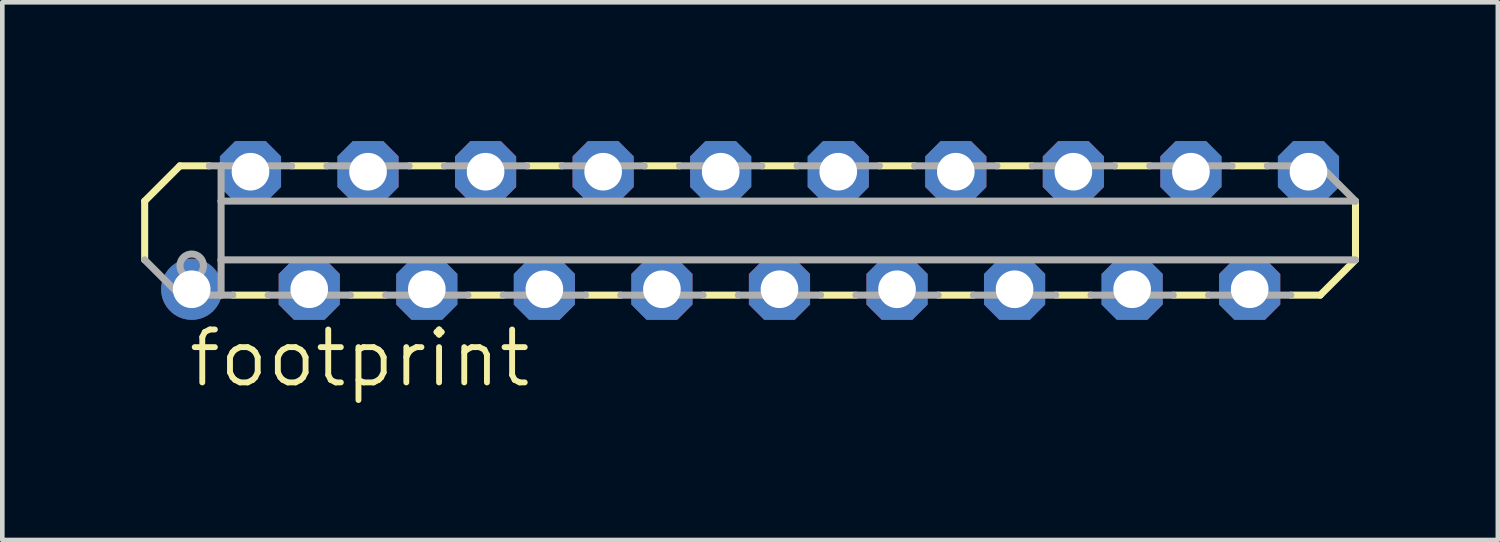
<source format=kicad_pcb>
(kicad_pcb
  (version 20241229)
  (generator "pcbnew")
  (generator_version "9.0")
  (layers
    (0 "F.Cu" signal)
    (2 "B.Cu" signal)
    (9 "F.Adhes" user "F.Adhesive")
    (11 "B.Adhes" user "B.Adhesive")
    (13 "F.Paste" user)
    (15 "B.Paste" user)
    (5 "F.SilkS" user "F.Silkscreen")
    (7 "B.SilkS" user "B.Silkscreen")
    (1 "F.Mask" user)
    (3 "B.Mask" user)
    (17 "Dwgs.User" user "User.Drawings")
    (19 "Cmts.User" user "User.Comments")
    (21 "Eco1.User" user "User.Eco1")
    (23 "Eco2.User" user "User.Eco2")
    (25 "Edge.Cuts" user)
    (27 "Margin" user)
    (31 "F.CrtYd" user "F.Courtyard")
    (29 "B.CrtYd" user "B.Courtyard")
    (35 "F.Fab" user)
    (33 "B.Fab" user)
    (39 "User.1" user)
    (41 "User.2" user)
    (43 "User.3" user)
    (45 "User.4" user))
  (footprint "footprint"
    (layer "F.Cu")
    (at 13.157 1.93)
    (property "Reference" "footprint" (at -12.192 3.429 0) (layer "F.SilkS") (effects (font (size 1.143 1.143) (thickness 0.127)) (justify left bottom)))
    (fp_line (start -13.081 -0.635) (end -13.081 0.635) (stroke (width 0.152) (type solid)) (layer "F.SilkS"))
    (fp_line (start -12.319 -1.397) (end -13.081 -0.635) (stroke (width 0.152) (type solid)) (layer "F.SilkS"))
    (fp_line (start -11.684 -1.397) (end -12.319 -1.397) (stroke (width 0.152) (type solid)) (layer "F.SilkS"))
    (fp_line (start -10.414 1.397) (end -11.176 1.397) (stroke (width 0.152) (type solid)) (layer "F.SilkS"))
    (fp_line (start -9.144 -1.397) (end -9.906 -1.397) (stroke (width 0.152) (type solid)) (layer "F.SilkS"))
    (fp_line (start -7.874 1.397) (end -8.636 1.397) (stroke (width 0.152) (type solid)) (layer "F.SilkS"))
    (fp_line (start -6.604 -1.397) (end -7.366 -1.397) (stroke (width 0.152) (type solid)) (layer "F.SilkS"))
    (fp_line (start -5.334 1.397) (end -6.096 1.397) (stroke (width 0.152) (type solid)) (layer "F.SilkS"))
    (fp_line (start -4.064 -1.397) (end -4.826 -1.397) (stroke (width 0.152) (type solid)) (layer "F.SilkS"))
    (fp_line (start -2.794 1.397) (end -3.556 1.397) (stroke (width 0.152) (type solid)) (layer "F.SilkS"))
    (fp_line (start -1.524 -1.397) (end -2.286 -1.397) (stroke (width 0.152) (type solid)) (layer "F.SilkS"))
    (fp_line (start -0.254 1.397) (end -1.016 1.397) (stroke (width 0.152) (type solid)) (layer "F.SilkS"))
    (fp_line (start 1.016 -1.397) (end 0.254 -1.397) (stroke (width 0.152) (type solid)) (layer "F.SilkS"))
    (fp_line (start 2.286 1.397) (end 1.524 1.397) (stroke (width 0.152) (type solid)) (layer "F.SilkS"))
    (fp_line (start 3.556 -1.397) (end 2.794 -1.397) (stroke (width 0.152) (type solid)) (layer "F.SilkS"))
    (fp_line (start 4.826 1.397) (end 4.064 1.397) (stroke (width 0.152) (type solid)) (layer "F.SilkS"))
    (fp_line (start 6.096 -1.397) (end 5.334 -1.397) (stroke (width 0.152) (type solid)) (layer "F.SilkS"))
    (fp_line (start 7.366 1.397) (end 6.604 1.397) (stroke (width 0.152) (type solid)) (layer "F.SilkS"))
    (fp_line (start 8.636 -1.397) (end 7.874 -1.397) (stroke (width 0.152) (type solid)) (layer "F.SilkS"))
    (fp_line (start 9.906 1.397) (end 9.144 1.397) (stroke (width 0.152) (type solid)) (layer "F.SilkS"))
    (fp_line (start 11.176 -1.397) (end 10.414 -1.397) (stroke (width 0.152) (type solid)) (layer "F.SilkS"))
    (fp_line (start 12.319 1.397) (end 11.684 1.397) (stroke (width 0.152) (type solid)) (layer "F.SilkS"))
    (fp_line (start 12.319 1.397) (end 13.081 0.635) (stroke (width 0.152) (type solid)) (layer "F.SilkS"))
    (fp_line (start 13.081 0.635) (end 13.081 -0.635) (stroke (width 0.152) (type solid)) (layer "F.SilkS"))
    (fp_line (start -13.081 0.635) (end -12.319 1.397) (stroke (width 0.152) (type solid)) (layer "F.Fab"))
    (fp_line (start -11.43 -1.397) (end -11.684 -1.397) (stroke (width 0.152) (type solid)) (layer "F.Fab"))
    (fp_line (start -11.43 -0.635) (end -11.43 -1.397) (stroke (width 0.152) (type solid)) (layer "F.Fab"))
    (fp_line (start -11.43 0.635) (end -11.43 -0.635) (stroke (width 0.152) (type solid)) (layer "F.Fab"))
    (fp_line (start -11.43 1.397) (end -12.319 1.397) (stroke (width 0.152) (type solid)) (layer "F.Fab"))
    (fp_line (start -11.43 1.397) (end -11.43 0.635) (stroke (width 0.152) (type solid)) (layer "F.Fab"))
    (fp_line (start -11.176 1.397) (end -11.43 1.397) (stroke (width 0.152) (type solid)) (layer "F.Fab"))
    (fp_line (start -9.906 -1.397) (end -11.43 -1.397) (stroke (width 0.152) (type solid)) (layer "F.Fab"))
    (fp_line (start -8.636 1.397) (end -10.414 1.397) (stroke (width 0.152) (type solid)) (layer "F.Fab"))
    (fp_line (start -7.366 -1.397) (end -9.144 -1.397) (stroke (width 0.152) (type solid)) (layer "F.Fab"))
    (fp_line (start -6.096 1.397) (end -7.874 1.397) (stroke (width 0.152) (type solid)) (layer "F.Fab"))
    (fp_line (start -4.826 -1.397) (end -6.604 -1.397) (stroke (width 0.152) (type solid)) (layer "F.Fab"))
    (fp_line (start -3.556 1.397) (end -5.334 1.397) (stroke (width 0.152) (type solid)) (layer "F.Fab"))
    (fp_line (start -2.286 -1.397) (end -4.064 -1.397) (stroke (width 0.152) (type solid)) (layer "F.Fab"))
    (fp_line (start -1.016 1.397) (end -2.794 1.397) (stroke (width 0.152) (type solid)) (layer "F.Fab"))
    (fp_line (start 0.254 -1.397) (end -1.524 -1.397) (stroke (width 0.152) (type solid)) (layer "F.Fab"))
    (fp_line (start 1.524 1.397) (end -0.254 1.397) (stroke (width 0.152) (type solid)) (layer "F.Fab"))
    (fp_line (start 2.794 -1.397) (end 1.016 -1.397) (stroke (width 0.152) (type solid)) (layer "F.Fab"))
    (fp_line (start 4.064 1.397) (end 2.286 1.397) (stroke (width 0.152) (type solid)) (layer "F.Fab"))
    (fp_line (start 5.334 -1.397) (end 3.556 -1.397) (stroke (width 0.152) (type solid)) (layer "F.Fab"))
    (fp_line (start 6.604 1.397) (end 4.826 1.397) (stroke (width 0.152) (type solid)) (layer "F.Fab"))
    (fp_line (start 7.874 -1.397) (end 6.096 -1.397) (stroke (width 0.152) (type solid)) (layer "F.Fab"))
    (fp_line (start 9.144 1.397) (end 7.366 1.397) (stroke (width 0.152) (type solid)) (layer "F.Fab"))
    (fp_line (start 10.414 -1.397) (end 8.636 -1.397) (stroke (width 0.152) (type solid)) (layer "F.Fab"))
    (fp_line (start 11.684 1.397) (end 9.906 1.397) (stroke (width 0.152) (type solid)) (layer "F.Fab"))
    (fp_line (start 12.319 -1.397) (end 11.176 -1.397) (stroke (width 0.152) (type solid)) (layer "F.Fab"))
    (fp_line (start 13.081 -0.635) (end -11.43 -0.635) (stroke (width 0.152) (type solid)) (layer "F.Fab"))
    (fp_line (start 13.081 -0.635) (end 12.319 -1.397) (stroke (width 0.152) (type solid)) (layer "F.Fab"))
    (fp_line (start 13.081 0.635) (end -11.43 0.635) (stroke (width 0.152) (type solid)) (layer "F.Fab"))
    (fp_circle (center -12.065 0.762) (end -11.811 0.762) (stroke (width 0.152) (type solid)) (fill no) (layer "F.Fab"))
    (pad "1" thru_hole circle (at -12.065 1.27) (size 1.321 1.321) (drill 0.813) (layers "*.Cu" "*.Mask"))
    (pad "2" thru_hole roundrect (at -10.795 -1.27) (size 1.321 1.321) (drill 0.813) (layers "*.Cu" "*.Mask") (roundrect_rratio 0.25) (chamfer_ratio 0.25) (chamfer top_left top_right bottom_left bottom_right))
    (pad "3" thru_hole roundrect (at -9.525 1.27) (size 1.321 1.321) (drill 0.813) (layers "*.Cu" "*.Mask") (roundrect_rratio 0.25) (chamfer_ratio 0.25) (chamfer top_left top_right bottom_left bottom_right))
    (pad "4" thru_hole roundrect (at -8.255 -1.27) (size 1.321 1.321) (drill 0.813) (layers "*.Cu" "*.Mask") (roundrect_rratio 0.25) (chamfer_ratio 0.25) (chamfer top_left top_right bottom_left bottom_right))
    (pad "5" thru_hole roundrect (at -6.985 1.27) (size 1.321 1.321) (drill 0.813) (layers "*.Cu" "*.Mask") (roundrect_rratio 0.25) (chamfer_ratio 0.25) (chamfer top_left top_right bottom_left bottom_right))
    (pad "6" thru_hole roundrect (at -5.715 -1.27) (size 1.321 1.321) (drill 0.813) (layers "*.Cu" "*.Mask") (roundrect_rratio 0.25) (chamfer_ratio 0.25) (chamfer top_left top_right bottom_left bottom_right))
    (pad "7" thru_hole roundrect (at -4.445 1.27) (size 1.321 1.321) (drill 0.813) (layers "*.Cu" "*.Mask") (roundrect_rratio 0.25) (chamfer_ratio 0.25) (chamfer top_left top_right bottom_left bottom_right))
    (pad "8" thru_hole roundrect (at -3.175 -1.27) (size 1.321 1.321) (drill 0.813) (layers "*.Cu" "*.Mask") (roundrect_rratio 0.25) (chamfer_ratio 0.25) (chamfer top_left top_right bottom_left bottom_right))
    (pad "9" thru_hole roundrect (at -1.905 1.27) (size 1.321 1.321) (drill 0.813) (layers "*.Cu" "*.Mask") (roundrect_rratio 0.25) (chamfer_ratio 0.25) (chamfer top_left top_right bottom_left bottom_right))
    (pad "10" thru_hole roundrect (at -0.635 -1.27) (size 1.321 1.321) (drill 0.813) (layers "*.Cu" "*.Mask") (roundrect_rratio 0.25) (chamfer_ratio 0.25) (chamfer top_left top_right bottom_left bottom_right))
    (pad "11" thru_hole roundrect (at 0.635 1.27) (size 1.321 1.321) (drill 0.813) (layers "*.Cu" "*.Mask") (roundrect_rratio 0.25) (chamfer_ratio 0.25) (chamfer top_left top_right bottom_left bottom_right))
    (pad "12" thru_hole roundrect (at 1.905 -1.27) (size 1.321 1.321) (drill 0.813) (layers "*.Cu" "*.Mask") (roundrect_rratio 0.25) (chamfer_ratio 0.25) (chamfer top_left top_right bottom_left bottom_right))
    (pad "13" thru_hole roundrect (at 3.175 1.27) (size 1.321 1.321) (drill 0.813) (layers "*.Cu" "*.Mask") (roundrect_rratio 0.25) (chamfer_ratio 0.25) (chamfer top_left top_right bottom_left bottom_right))
    (pad "14" thru_hole roundrect (at 4.445 -1.27) (size 1.321 1.321) (drill 0.813) (layers "*.Cu" "*.Mask") (roundrect_rratio 0.25) (chamfer_ratio 0.25) (chamfer top_left top_right bottom_left bottom_right))
    (pad "15" thru_hole roundrect (at 5.715 1.27) (size 1.321 1.321) (drill 0.813) (layers "*.Cu" "*.Mask") (roundrect_rratio 0.25) (chamfer_ratio 0.25) (chamfer top_left top_right bottom_left bottom_right))
    (pad "16" thru_hole roundrect (at 6.985 -1.27) (size 1.321 1.321) (drill 0.813) (layers "*.Cu" "*.Mask") (roundrect_rratio 0.25) (chamfer_ratio 0.25) (chamfer top_left top_right bottom_left bottom_right))
    (pad "17" thru_hole roundrect (at 8.255 1.27) (size 1.321 1.321) (drill 0.813) (layers "*.Cu" "*.Mask") (roundrect_rratio 0.25) (chamfer_ratio 0.25) (chamfer top_left top_right bottom_left bottom_right))
    (pad "18" thru_hole roundrect (at 9.525 -1.27) (size 1.321 1.321) (drill 0.813) (layers "*.Cu" "*.Mask") (roundrect_rratio 0.25) (chamfer_ratio 0.25) (chamfer top_left top_right bottom_left bottom_right))
    (pad "19" thru_hole roundrect (at 10.795 1.27) (size 1.321 1.321) (drill 0.813) (layers "*.Cu" "*.Mask") (roundrect_rratio 0.25) (chamfer_ratio 0.25) (chamfer top_left top_right bottom_left bottom_right))
    (pad "20" thru_hole roundrect (at 12.065 -1.27) (size 1.321 1.321) (drill 0.813) (layers "*.Cu" "*.Mask") (roundrect_rratio 0.25) (chamfer_ratio 0.25) (chamfer top_left top_right bottom_left bottom_right)))
  (gr_rect
    (start -3 -3)
    (end 29.314 8.618)
    (stroke (width 0.1) (type default))
    (fill no)
    (layer "Edge.Cuts")))
</source>
